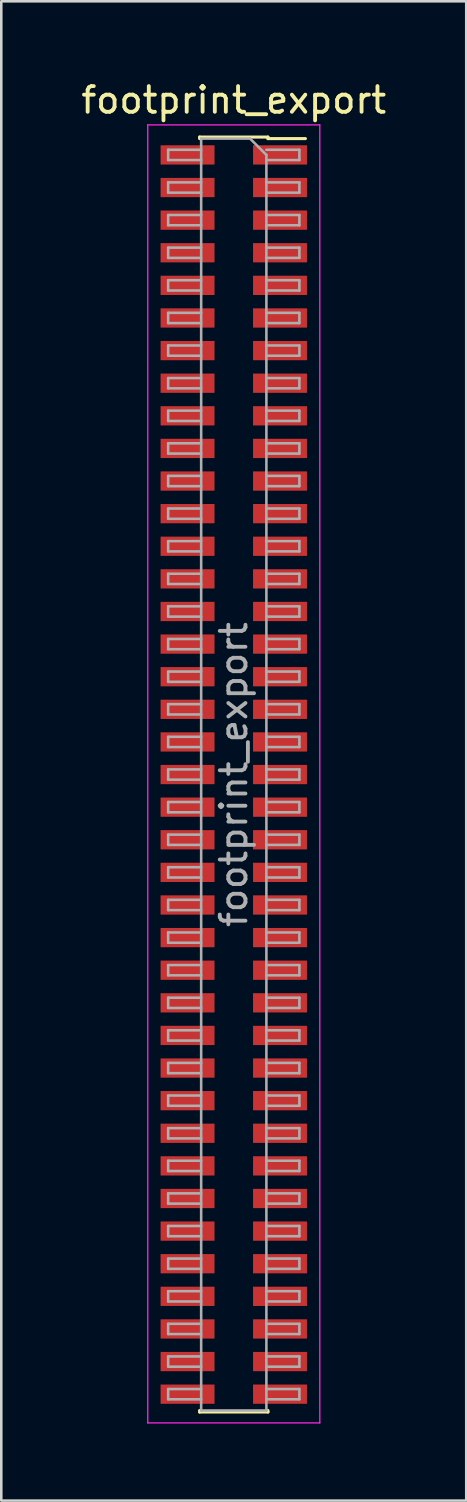
<source format=kicad_pcb>
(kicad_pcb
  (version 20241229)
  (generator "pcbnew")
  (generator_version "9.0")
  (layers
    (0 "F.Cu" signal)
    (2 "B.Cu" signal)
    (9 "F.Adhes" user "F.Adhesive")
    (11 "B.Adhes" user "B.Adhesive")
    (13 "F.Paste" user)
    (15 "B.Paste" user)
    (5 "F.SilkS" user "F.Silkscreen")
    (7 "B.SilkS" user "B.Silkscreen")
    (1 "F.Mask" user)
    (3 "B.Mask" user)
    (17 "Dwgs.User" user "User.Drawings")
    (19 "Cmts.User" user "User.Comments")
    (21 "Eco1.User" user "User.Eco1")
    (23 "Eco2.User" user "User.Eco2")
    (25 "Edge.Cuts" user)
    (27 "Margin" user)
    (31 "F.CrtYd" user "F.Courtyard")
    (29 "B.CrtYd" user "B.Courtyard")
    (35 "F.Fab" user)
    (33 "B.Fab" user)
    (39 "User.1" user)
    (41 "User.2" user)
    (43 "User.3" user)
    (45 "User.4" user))
  (footprint "footprint_export"
    (layer "F.Cu")
    (at 6.054 27.113)
    (property "Reference" "footprint_export" (at 0 -26.265 0) (layer "F.SilkS") (effects (font (size 1 1) (thickness 0.15))))
    (attr smd)
    (fp_line (start -1.33 -24.825) (end -1.33 -24.765) (stroke (width 0.12) (type solid)) (layer "F.SilkS"))
    (fp_line (start -1.33 -24.825) (end 1.33 -24.825) (stroke (width 0.12) (type solid)) (layer "F.SilkS"))
    (fp_line (start -1.33 24.765) (end -1.33 24.825) (stroke (width 0.12) (type solid)) (layer "F.SilkS"))
    (fp_line (start -1.33 24.825) (end 1.33 24.825) (stroke (width 0.12) (type solid)) (layer "F.SilkS"))
    (fp_line (start 1.33 -24.825) (end 1.33 -24.765) (stroke (width 0.12) (type solid)) (layer "F.SilkS"))
    (fp_line (start 1.33 -24.765) (end 2.79 -24.765) (stroke (width 0.12) (type solid)) (layer "F.SilkS"))
    (fp_line (start 1.33 24.765) (end 1.33 24.825) (stroke (width 0.12) (type solid)) (layer "F.SilkS"))
    (fp_line (start -3.35 -25.3) (end 3.35 -25.3) (stroke (width 0.05) (type solid)) (layer "F.CrtYd"))
    (fp_line (start -3.35 25.25) (end -3.35 -25.3) (stroke (width 0.05) (type solid)) (layer "F.CrtYd"))
    (fp_line (start 3.35 -25.3) (end 3.35 25.25) (stroke (width 0.05) (type solid)) (layer "F.CrtYd"))
    (fp_line (start 3.35 25.25) (end -3.35 25.25) (stroke (width 0.05) (type solid)) (layer "F.CrtYd"))
    (fp_line (start -2.555 -24.33) (end -1.27 -24.33) (stroke (width 0.1) (type solid)) (layer "F.Fab"))
    (fp_line (start -2.555 -23.93) (end -2.555 -24.33) (stroke (width 0.1) (type solid)) (layer "F.Fab"))
    (fp_line (start -2.555 -23.06) (end -1.27 -23.06) (stroke (width 0.1) (type solid)) (layer "F.Fab"))
    (fp_line (start -2.555 -22.66) (end -2.555 -23.06) (stroke (width 0.1) (type solid)) (layer "F.Fab"))
    (fp_line (start -2.555 -21.79) (end -1.27 -21.79) (stroke (width 0.1) (type solid)) (layer "F.Fab"))
    (fp_line (start -2.555 -21.39) (end -2.555 -21.79) (stroke (width 0.1) (type solid)) (layer "F.Fab"))
    (fp_line (start -2.555 -20.52) (end -1.27 -20.52) (stroke (width 0.1) (type solid)) (layer "F.Fab"))
    (fp_line (start -2.555 -20.12) (end -2.555 -20.52) (stroke (width 0.1) (type solid)) (layer "F.Fab"))
    (fp_line (start -2.555 -19.25) (end -1.27 -19.25) (stroke (width 0.1) (type solid)) (layer "F.Fab"))
    (fp_line (start -2.555 -18.85) (end -2.555 -19.25) (stroke (width 0.1) (type solid)) (layer "F.Fab"))
    (fp_line (start -2.555 -17.98) (end -1.27 -17.98) (stroke (width 0.1) (type solid)) (layer "F.Fab"))
    (fp_line (start -2.555 -17.58) (end -2.555 -17.98) (stroke (width 0.1) (type solid)) (layer "F.Fab"))
    (fp_line (start -2.555 -16.71) (end -1.27 -16.71) (stroke (width 0.1) (type solid)) (layer "F.Fab"))
    (fp_line (start -2.555 -16.31) (end -2.555 -16.71) (stroke (width 0.1) (type solid)) (layer "F.Fab"))
    (fp_line (start -2.555 -15.44) (end -1.27 -15.44) (stroke (width 0.1) (type solid)) (layer "F.Fab"))
    (fp_line (start -2.555 -15.04) (end -2.555 -15.44) (stroke (width 0.1) (type solid)) (layer "F.Fab"))
    (fp_line (start -2.555 -14.17) (end -1.27 -14.17) (stroke (width 0.1) (type solid)) (layer "F.Fab"))
    (fp_line (start -2.555 -13.77) (end -2.555 -14.17) (stroke (width 0.1) (type solid)) (layer "F.Fab"))
    (fp_line (start -2.555 -12.9) (end -1.27 -12.9) (stroke (width 0.1) (type solid)) (layer "F.Fab"))
    (fp_line (start -2.555 -12.5) (end -2.555 -12.9) (stroke (width 0.1) (type solid)) (layer "F.Fab"))
    (fp_line (start -2.555 -11.63) (end -1.27 -11.63) (stroke (width 0.1) (type solid)) (layer "F.Fab"))
    (fp_line (start -2.555 -11.23) (end -2.555 -11.63) (stroke (width 0.1) (type solid)) (layer "F.Fab"))
    (fp_line (start -2.555 -10.36) (end -1.27 -10.36) (stroke (width 0.1) (type solid)) (layer "F.Fab"))
    (fp_line (start -2.555 -9.96) (end -2.555 -10.36) (stroke (width 0.1) (type solid)) (layer "F.Fab"))
    (fp_line (start -2.555 -9.09) (end -1.27 -9.09) (stroke (width 0.1) (type solid)) (layer "F.Fab"))
    (fp_line (start -2.555 -8.69) (end -2.555 -9.09) (stroke (width 0.1) (type solid)) (layer "F.Fab"))
    (fp_line (start -2.555 -7.82) (end -1.27 -7.82) (stroke (width 0.1) (type solid)) (layer "F.Fab"))
    (fp_line (start -2.555 -7.42) (end -2.555 -7.82) (stroke (width 0.1) (type solid)) (layer "F.Fab"))
    (fp_line (start -2.555 -6.55) (end -1.27 -6.55) (stroke (width 0.1) (type solid)) (layer "F.Fab"))
    (fp_line (start -2.555 -6.15) (end -2.555 -6.55) (stroke (width 0.1) (type solid)) (layer "F.Fab"))
    (fp_line (start -2.555 -5.28) (end -1.27 -5.28) (stroke (width 0.1) (type solid)) (layer "F.Fab"))
    (fp_line (start -2.555 -4.88) (end -2.555 -5.28) (stroke (width 0.1) (type solid)) (layer "F.Fab"))
    (fp_line (start -2.555 -4.01) (end -1.27 -4.01) (stroke (width 0.1) (type solid)) (layer "F.Fab"))
    (fp_line (start -2.555 -3.61) (end -2.555 -4.01) (stroke (width 0.1) (type solid)) (layer "F.Fab"))
    (fp_line (start -2.555 -2.74) (end -1.27 -2.74) (stroke (width 0.1) (type solid)) (layer "F.Fab"))
    (fp_line (start -2.555 -2.34) (end -2.555 -2.74) (stroke (width 0.1) (type solid)) (layer "F.Fab"))
    (fp_line (start -2.555 -1.47) (end -1.27 -1.47) (stroke (width 0.1) (type solid)) (layer "F.Fab"))
    (fp_line (start -2.555 -1.07) (end -2.555 -1.47) (stroke (width 0.1) (type solid)) (layer "F.Fab"))
    (fp_line (start -2.555 -0.2) (end -1.27 -0.2) (stroke (width 0.1) (type solid)) (layer "F.Fab"))
    (fp_line (start -2.555 0.2) (end -2.555 -0.2) (stroke (width 0.1) (type solid)) (layer "F.Fab"))
    (fp_line (start -2.555 1.07) (end -1.27 1.07) (stroke (width 0.1) (type solid)) (layer "F.Fab"))
    (fp_line (start -2.555 1.47) (end -2.555 1.07) (stroke (width 0.1) (type solid)) (layer "F.Fab"))
    (fp_line (start -2.555 2.34) (end -1.27 2.34) (stroke (width 0.1) (type solid)) (layer "F.Fab"))
    (fp_line (start -2.555 2.74) (end -2.555 2.34) (stroke (width 0.1) (type solid)) (layer "F.Fab"))
    (fp_line (start -2.555 3.61) (end -1.27 3.61) (stroke (width 0.1) (type solid)) (layer "F.Fab"))
    (fp_line (start -2.555 4.01) (end -2.555 3.61) (stroke (width 0.1) (type solid)) (layer "F.Fab"))
    (fp_line (start -2.555 4.88) (end -1.27 4.88) (stroke (width 0.1) (type solid)) (layer "F.Fab"))
    (fp_line (start -2.555 5.28) (end -2.555 4.88) (stroke (width 0.1) (type solid)) (layer "F.Fab"))
    (fp_line (start -2.555 6.15) (end -1.27 6.15) (stroke (width 0.1) (type solid)) (layer "F.Fab"))
    (fp_line (start -2.555 6.55) (end -2.555 6.15) (stroke (width 0.1) (type solid)) (layer "F.Fab"))
    (fp_line (start -2.555 7.42) (end -1.27 7.42) (stroke (width 0.1) (type solid)) (layer "F.Fab"))
    (fp_line (start -2.555 7.82) (end -2.555 7.42) (stroke (width 0.1) (type solid)) (layer "F.Fab"))
    (fp_line (start -2.555 8.69) (end -1.27 8.69) (stroke (width 0.1) (type solid)) (layer "F.Fab"))
    (fp_line (start -2.555 9.09) (end -2.555 8.69) (stroke (width 0.1) (type solid)) (layer "F.Fab"))
    (fp_line (start -2.555 9.96) (end -1.27 9.96) (stroke (width 0.1) (type solid)) (layer "F.Fab"))
    (fp_line (start -2.555 10.36) (end -2.555 9.96) (stroke (width 0.1) (type solid)) (layer "F.Fab"))
    (fp_line (start -2.555 11.23) (end -1.27 11.23) (stroke (width 0.1) (type solid)) (layer "F.Fab"))
    (fp_line (start -2.555 11.63) (end -2.555 11.23) (stroke (width 0.1) (type solid)) (layer "F.Fab"))
    (fp_line (start -2.555 12.5) (end -1.27 12.5) (stroke (width 0.1) (type solid)) (layer "F.Fab"))
    (fp_line (start -2.555 12.9) (end -2.555 12.5) (stroke (width 0.1) (type solid)) (layer "F.Fab"))
    (fp_line (start -2.555 13.77) (end -1.27 13.77) (stroke (width 0.1) (type solid)) (layer "F.Fab"))
    (fp_line (start -2.555 14.17) (end -2.555 13.77) (stroke (width 0.1) (type solid)) (layer "F.Fab"))
    (fp_line (start -2.555 15.04) (end -1.27 15.04) (stroke (width 0.1) (type solid)) (layer "F.Fab"))
    (fp_line (start -2.555 15.44) (end -2.555 15.04) (stroke (width 0.1) (type solid)) (layer "F.Fab"))
    (fp_line (start -2.555 16.31) (end -1.27 16.31) (stroke (width 0.1) (type solid)) (layer "F.Fab"))
    (fp_line (start -2.555 16.71) (end -2.555 16.31) (stroke (width 0.1) (type solid)) (layer "F.Fab"))
    (fp_line (start -2.555 17.58) (end -1.27 17.58) (stroke (width 0.1) (type solid)) (layer "F.Fab"))
    (fp_line (start -2.555 17.98) (end -2.555 17.58) (stroke (width 0.1) (type solid)) (layer "F.Fab"))
    (fp_line (start -2.555 18.85) (end -1.27 18.85) (stroke (width 0.1) (type solid)) (layer "F.Fab"))
    (fp_line (start -2.555 19.25) (end -2.555 18.85) (stroke (width 0.1) (type solid)) (layer "F.Fab"))
    (fp_line (start -2.555 20.12) (end -1.27 20.12) (stroke (width 0.1) (type solid)) (layer "F.Fab"))
    (fp_line (start -2.555 20.52) (end -2.555 20.12) (stroke (width 0.1) (type solid)) (layer "F.Fab"))
    (fp_line (start -2.555 21.39) (end -1.27 21.39) (stroke (width 0.1) (type solid)) (layer "F.Fab"))
    (fp_line (start -2.555 21.79) (end -2.555 21.39) (stroke (width 0.1) (type solid)) (layer "F.Fab"))
    (fp_line (start -2.555 22.66) (end -1.27 22.66) (stroke (width 0.1) (type solid)) (layer "F.Fab"))
    (fp_line (start -2.555 23.06) (end -2.555 22.66) (stroke (width 0.1) (type solid)) (layer "F.Fab"))
    (fp_line (start -2.555 23.93) (end -1.27 23.93) (stroke (width 0.1) (type solid)) (layer "F.Fab"))
    (fp_line (start -2.555 24.33) (end -2.555 23.93) (stroke (width 0.1) (type solid)) (layer "F.Fab"))
    (fp_line (start -1.27 -24.765) (end 0.635 -24.765) (stroke (width 0.1) (type solid)) (layer "F.Fab"))
    (fp_line (start -1.27 -23.93) (end -2.555 -23.93) (stroke (width 0.1) (type solid)) (layer "F.Fab"))
    (fp_line (start -1.27 -22.66) (end -2.555 -22.66) (stroke (width 0.1) (type solid)) (layer "F.Fab"))
    (fp_line (start -1.27 -21.39) (end -2.555 -21.39) (stroke (width 0.1) (type solid)) (layer "F.Fab"))
    (fp_line (start -1.27 -20.12) (end -2.555 -20.12) (stroke (width 0.1) (type solid)) (layer "F.Fab"))
    (fp_line (start -1.27 -18.85) (end -2.555 -18.85) (stroke (width 0.1) (type solid)) (layer "F.Fab"))
    (fp_line (start -1.27 -17.58) (end -2.555 -17.58) (stroke (width 0.1) (type solid)) (layer "F.Fab"))
    (fp_line (start -1.27 -16.31) (end -2.555 -16.31) (stroke (width 0.1) (type solid)) (layer "F.Fab"))
    (fp_line (start -1.27 -15.04) (end -2.555 -15.04) (stroke (width 0.1) (type solid)) (layer "F.Fab"))
    (fp_line (start -1.27 -13.77) (end -2.555 -13.77) (stroke (width 0.1) (type solid)) (layer "F.Fab"))
    (fp_line (start -1.27 -12.5) (end -2.555 -12.5) (stroke (width 0.1) (type solid)) (layer "F.Fab"))
    (fp_line (start -1.27 -11.23) (end -2.555 -11.23) (stroke (width 0.1) (type solid)) (layer "F.Fab"))
    (fp_line (start -1.27 -9.96) (end -2.555 -9.96) (stroke (width 0.1) (type solid)) (layer "F.Fab"))
    (fp_line (start -1.27 -8.69) (end -2.555 -8.69) (stroke (width 0.1) (type solid)) (layer "F.Fab"))
    (fp_line (start -1.27 -7.42) (end -2.555 -7.42) (stroke (width 0.1) (type solid)) (layer "F.Fab"))
    (fp_line (start -1.27 -6.15) (end -2.555 -6.15) (stroke (width 0.1) (type solid)) (layer "F.Fab"))
    (fp_line (start -1.27 -4.88) (end -2.555 -4.88) (stroke (width 0.1) (type solid)) (layer "F.Fab"))
    (fp_line (start -1.27 -3.61) (end -2.555 -3.61) (stroke (width 0.1) (type solid)) (layer "F.Fab"))
    (fp_line (start -1.27 -2.34) (end -2.555 -2.34) (stroke (width 0.1) (type solid)) (layer "F.Fab"))
    (fp_line (start -1.27 -1.07) (end -2.555 -1.07) (stroke (width 0.1) (type solid)) (layer "F.Fab"))
    (fp_line (start -1.27 0.2) (end -2.555 0.2) (stroke (width 0.1) (type solid)) (layer "F.Fab"))
    (fp_line (start -1.27 1.47) (end -2.555 1.47) (stroke (width 0.1) (type solid)) (layer "F.Fab"))
    (fp_line (start -1.27 2.74) (end -2.555 2.74) (stroke (width 0.1) (type solid)) (layer "F.Fab"))
    (fp_line (start -1.27 4.01) (end -2.555 4.01) (stroke (width 0.1) (type solid)) (layer "F.Fab"))
    (fp_line (start -1.27 5.28) (end -2.555 5.28) (stroke (width 0.1) (type solid)) (layer "F.Fab"))
    (fp_line (start -1.27 6.55) (end -2.555 6.55) (stroke (width 0.1) (type solid)) (layer "F.Fab"))
    (fp_line (start -1.27 7.82) (end -2.555 7.82) (stroke (width 0.1) (type solid)) (layer "F.Fab"))
    (fp_line (start -1.27 9.09) (end -2.555 9.09) (stroke (width 0.1) (type solid)) (layer "F.Fab"))
    (fp_line (start -1.27 10.36) (end -2.555 10.36) (stroke (width 0.1) (type solid)) (layer "F.Fab"))
    (fp_line (start -1.27 11.63) (end -2.555 11.63) (stroke (width 0.1) (type solid)) (layer "F.Fab"))
    (fp_line (start -1.27 12.9) (end -2.555 12.9) (stroke (width 0.1) (type solid)) (layer "F.Fab"))
    (fp_line (start -1.27 14.17) (end -2.555 14.17) (stroke (width 0.1) (type solid)) (layer "F.Fab"))
    (fp_line (start -1.27 15.44) (end -2.555 15.44) (stroke (width 0.1) (type solid)) (layer "F.Fab"))
    (fp_line (start -1.27 16.71) (end -2.555 16.71) (stroke (width 0.1) (type solid)) (layer "F.Fab"))
    (fp_line (start -1.27 17.98) (end -2.555 17.98) (stroke (width 0.1) (type solid)) (layer "F.Fab"))
    (fp_line (start -1.27 19.25) (end -2.555 19.25) (stroke (width 0.1) (type solid)) (layer "F.Fab"))
    (fp_line (start -1.27 20.52) (end -2.555 20.52) (stroke (width 0.1) (type solid)) (layer "F.Fab"))
    (fp_line (start -1.27 21.79) (end -2.555 21.79) (stroke (width 0.1) (type solid)) (layer "F.Fab"))
    (fp_line (start -1.27 23.06) (end -2.555 23.06) (stroke (width 0.1) (type solid)) (layer "F.Fab"))
    (fp_line (start -1.27 24.33) (end -2.555 24.33) (stroke (width 0.1) (type solid)) (layer "F.Fab"))
    (fp_line (start -1.27 24.765) (end -1.27 -24.765) (stroke (width 0.1) (type solid)) (layer "F.Fab"))
    (fp_line (start 0.635 -24.765) (end 1.27 -24.13) (stroke (width 0.1) (type solid)) (layer "F.Fab"))
    (fp_line (start 1.27 -24.33) (end 2.555 -24.33) (stroke (width 0.1) (type solid)) (layer "F.Fab"))
    (fp_line (start 1.27 -24.13) (end 1.27 24.765) (stroke (width 0.1) (type solid)) (layer "F.Fab"))
    (fp_line (start 1.27 -23.06) (end 2.555 -23.06) (stroke (width 0.1) (type solid)) (layer "F.Fab"))
    (fp_line (start 1.27 -21.79) (end 2.555 -21.79) (stroke (width 0.1) (type solid)) (layer "F.Fab"))
    (fp_line (start 1.27 -20.52) (end 2.555 -20.52) (stroke (width 0.1) (type solid)) (layer "F.Fab"))
    (fp_line (start 1.27 -19.25) (end 2.555 -19.25) (stroke (width 0.1) (type solid)) (layer "F.Fab"))
    (fp_line (start 1.27 -17.98) (end 2.555 -17.98) (stroke (width 0.1) (type solid)) (layer "F.Fab"))
    (fp_line (start 1.27 -16.71) (end 2.555 -16.71) (stroke (width 0.1) (type solid)) (layer "F.Fab"))
    (fp_line (start 1.27 -15.44) (end 2.555 -15.44) (stroke (width 0.1) (type solid)) (layer "F.Fab"))
    (fp_line (start 1.27 -14.17) (end 2.555 -14.17) (stroke (width 0.1) (type solid)) (layer "F.Fab"))
    (fp_line (start 1.27 -12.9) (end 2.555 -12.9) (stroke (width 0.1) (type solid)) (layer "F.Fab"))
    (fp_line (start 1.27 -11.63) (end 2.555 -11.63) (stroke (width 0.1) (type solid)) (layer "F.Fab"))
    (fp_line (start 1.27 -10.36) (end 2.555 -10.36) (stroke (width 0.1) (type solid)) (layer "F.Fab"))
    (fp_line (start 1.27 -9.09) (end 2.555 -9.09) (stroke (width 0.1) (type solid)) (layer "F.Fab"))
    (fp_line (start 1.27 -7.82) (end 2.555 -7.82) (stroke (width 0.1) (type solid)) (layer "F.Fab"))
    (fp_line (start 1.27 -6.55) (end 2.555 -6.55) (stroke (width 0.1) (type solid)) (layer "F.Fab"))
    (fp_line (start 1.27 -5.28) (end 2.555 -5.28) (stroke (width 0.1) (type solid)) (layer "F.Fab"))
    (fp_line (start 1.27 -4.01) (end 2.555 -4.01) (stroke (width 0.1) (type solid)) (layer "F.Fab"))
    (fp_line (start 1.27 -2.74) (end 2.555 -2.74) (stroke (width 0.1) (type solid)) (layer "F.Fab"))
    (fp_line (start 1.27 -1.47) (end 2.555 -1.47) (stroke (width 0.1) (type solid)) (layer "F.Fab"))
    (fp_line (start 1.27 -0.2) (end 2.555 -0.2) (stroke (width 0.1) (type solid)) (layer "F.Fab"))
    (fp_line (start 1.27 1.07) (end 2.555 1.07) (stroke (width 0.1) (type solid)) (layer "F.Fab"))
    (fp_line (start 1.27 2.34) (end 2.555 2.34) (stroke (width 0.1) (type solid)) (layer "F.Fab"))
    (fp_line (start 1.27 3.61) (end 2.555 3.61) (stroke (width 0.1) (type solid)) (layer "F.Fab"))
    (fp_line (start 1.27 4.88) (end 2.555 4.88) (stroke (width 0.1) (type solid)) (layer "F.Fab"))
    (fp_line (start 1.27 6.15) (end 2.555 6.15) (stroke (width 0.1) (type solid)) (layer "F.Fab"))
    (fp_line (start 1.27 7.42) (end 2.555 7.42) (stroke (width 0.1) (type solid)) (layer "F.Fab"))
    (fp_line (start 1.27 8.69) (end 2.555 8.69) (stroke (width 0.1) (type solid)) (layer "F.Fab"))
    (fp_line (start 1.27 9.96) (end 2.555 9.96) (stroke (width 0.1) (type solid)) (layer "F.Fab"))
    (fp_line (start 1.27 11.23) (end 2.555 11.23) (stroke (width 0.1) (type solid)) (layer "F.Fab"))
    (fp_line (start 1.27 12.5) (end 2.555 12.5) (stroke (width 0.1) (type solid)) (layer "F.Fab"))
    (fp_line (start 1.27 13.77) (end 2.555 13.77) (stroke (width 0.1) (type solid)) (layer "F.Fab"))
    (fp_line (start 1.27 15.04) (end 2.555 15.04) (stroke (width 0.1) (type solid)) (layer "F.Fab"))
    (fp_line (start 1.27 16.31) (end 2.555 16.31) (stroke (width 0.1) (type solid)) (layer "F.Fab"))
    (fp_line (start 1.27 17.58) (end 2.555 17.58) (stroke (width 0.1) (type solid)) (layer "F.Fab"))
    (fp_line (start 1.27 18.85) (end 2.555 18.85) (stroke (width 0.1) (type solid)) (layer "F.Fab"))
    (fp_line (start 1.27 20.12) (end 2.555 20.12) (stroke (width 0.1) (type solid)) (layer "F.Fab"))
    (fp_line (start 1.27 21.39) (end 2.555 21.39) (stroke (width 0.1) (type solid)) (layer "F.Fab"))
    (fp_line (start 1.27 22.66) (end 2.555 22.66) (stroke (width 0.1) (type solid)) (layer "F.Fab"))
    (fp_line (start 1.27 23.93) (end 2.555 23.93) (stroke (width 0.1) (type solid)) (layer "F.Fab"))
    (fp_line (start 1.27 24.765) (end -1.27 24.765) (stroke (width 0.1) (type solid)) (layer "F.Fab"))
    (fp_line (start 2.555 -24.33) (end 2.555 -23.93) (stroke (width 0.1) (type solid)) (layer "F.Fab"))
    (fp_line (start 2.555 -23.93) (end 1.27 -23.93) (stroke (width 0.1) (type solid)) (layer "F.Fab"))
    (fp_line (start 2.555 -23.06) (end 2.555 -22.66) (stroke (width 0.1) (type solid)) (layer "F.Fab"))
    (fp_line (start 2.555 -22.66) (end 1.27 -22.66) (stroke (width 0.1) (type solid)) (layer "F.Fab"))
    (fp_line (start 2.555 -21.79) (end 2.555 -21.39) (stroke (width 0.1) (type solid)) (layer "F.Fab"))
    (fp_line (start 2.555 -21.39) (end 1.27 -21.39) (stroke (width 0.1) (type solid)) (layer "F.Fab"))
    (fp_line (start 2.555 -20.52) (end 2.555 -20.12) (stroke (width 0.1) (type solid)) (layer "F.Fab"))
    (fp_line (start 2.555 -20.12) (end 1.27 -20.12) (stroke (width 0.1) (type solid)) (layer "F.Fab"))
    (fp_line (start 2.555 -19.25) (end 2.555 -18.85) (stroke (width 0.1) (type solid)) (layer "F.Fab"))
    (fp_line (start 2.555 -18.85) (end 1.27 -18.85) (stroke (width 0.1) (type solid)) (layer "F.Fab"))
    (fp_line (start 2.555 -17.98) (end 2.555 -17.58) (stroke (width 0.1) (type solid)) (layer "F.Fab"))
    (fp_line (start 2.555 -17.58) (end 1.27 -17.58) (stroke (width 0.1) (type solid)) (layer "F.Fab"))
    (fp_line (start 2.555 -16.71) (end 2.555 -16.31) (stroke (width 0.1) (type solid)) (layer "F.Fab"))
    (fp_line (start 2.555 -16.31) (end 1.27 -16.31) (stroke (width 0.1) (type solid)) (layer "F.Fab"))
    (fp_line (start 2.555 -15.44) (end 2.555 -15.04) (stroke (width 0.1) (type solid)) (layer "F.Fab"))
    (fp_line (start 2.555 -15.04) (end 1.27 -15.04) (stroke (width 0.1) (type solid)) (layer "F.Fab"))
    (fp_line (start 2.555 -14.17) (end 2.555 -13.77) (stroke (width 0.1) (type solid)) (layer "F.Fab"))
    (fp_line (start 2.555 -13.77) (end 1.27 -13.77) (stroke (width 0.1) (type solid)) (layer "F.Fab"))
    (fp_line (start 2.555 -12.9) (end 2.555 -12.5) (stroke (width 0.1) (type solid)) (layer "F.Fab"))
    (fp_line (start 2.555 -12.5) (end 1.27 -12.5) (stroke (width 0.1) (type solid)) (layer "F.Fab"))
    (fp_line (start 2.555 -11.63) (end 2.555 -11.23) (stroke (width 0.1) (type solid)) (layer "F.Fab"))
    (fp_line (start 2.555 -11.23) (end 1.27 -11.23) (stroke (width 0.1) (type solid)) (layer "F.Fab"))
    (fp_line (start 2.555 -10.36) (end 2.555 -9.96) (stroke (width 0.1) (type solid)) (layer "F.Fab"))
    (fp_line (start 2.555 -9.96) (end 1.27 -9.96) (stroke (width 0.1) (type solid)) (layer "F.Fab"))
    (fp_line (start 2.555 -9.09) (end 2.555 -8.69) (stroke (width 0.1) (type solid)) (layer "F.Fab"))
    (fp_line (start 2.555 -8.69) (end 1.27 -8.69) (stroke (width 0.1) (type solid)) (layer "F.Fab"))
    (fp_line (start 2.555 -7.82) (end 2.555 -7.42) (stroke (width 0.1) (type solid)) (layer "F.Fab"))
    (fp_line (start 2.555 -7.42) (end 1.27 -7.42) (stroke (width 0.1) (type solid)) (layer "F.Fab"))
    (fp_line (start 2.555 -6.55) (end 2.555 -6.15) (stroke (width 0.1) (type solid)) (layer "F.Fab"))
    (fp_line (start 2.555 -6.15) (end 1.27 -6.15) (stroke (width 0.1) (type solid)) (layer "F.Fab"))
    (fp_line (start 2.555 -5.28) (end 2.555 -4.88) (stroke (width 0.1) (type solid)) (layer "F.Fab"))
    (fp_line (start 2.555 -4.88) (end 1.27 -4.88) (stroke (width 0.1) (type solid)) (layer "F.Fab"))
    (fp_line (start 2.555 -4.01) (end 2.555 -3.61) (stroke (width 0.1) (type solid)) (layer "F.Fab"))
    (fp_line (start 2.555 -3.61) (end 1.27 -3.61) (stroke (width 0.1) (type solid)) (layer "F.Fab"))
    (fp_line (start 2.555 -2.74) (end 2.555 -2.34) (stroke (width 0.1) (type solid)) (layer "F.Fab"))
    (fp_line (start 2.555 -2.34) (end 1.27 -2.34) (stroke (width 0.1) (type solid)) (layer "F.Fab"))
    (fp_line (start 2.555 -1.47) (end 2.555 -1.07) (stroke (width 0.1) (type solid)) (layer "F.Fab"))
    (fp_line (start 2.555 -1.07) (end 1.27 -1.07) (stroke (width 0.1) (type solid)) (layer "F.Fab"))
    (fp_line (start 2.555 -0.2) (end 2.555 0.2) (stroke (width 0.1) (type solid)) (layer "F.Fab"))
    (fp_line (start 2.555 0.2) (end 1.27 0.2) (stroke (width 0.1) (type solid)) (layer "F.Fab"))
    (fp_line (start 2.555 1.07) (end 2.555 1.47) (stroke (width 0.1) (type solid)) (layer "F.Fab"))
    (fp_line (start 2.555 1.47) (end 1.27 1.47) (stroke (width 0.1) (type solid)) (layer "F.Fab"))
    (fp_line (start 2.555 2.34) (end 2.555 2.74) (stroke (width 0.1) (type solid)) (layer "F.Fab"))
    (fp_line (start 2.555 2.74) (end 1.27 2.74) (stroke (width 0.1) (type solid)) (layer "F.Fab"))
    (fp_line (start 2.555 3.61) (end 2.555 4.01) (stroke (width 0.1) (type solid)) (layer "F.Fab"))
    (fp_line (start 2.555 4.01) (end 1.27 4.01) (stroke (width 0.1) (type solid)) (layer "F.Fab"))
    (fp_line (start 2.555 4.88) (end 2.555 5.28) (stroke (width 0.1) (type solid)) (layer "F.Fab"))
    (fp_line (start 2.555 5.28) (end 1.27 5.28) (stroke (width 0.1) (type solid)) (layer "F.Fab"))
    (fp_line (start 2.555 6.15) (end 2.555 6.55) (stroke (width 0.1) (type solid)) (layer "F.Fab"))
    (fp_line (start 2.555 6.55) (end 1.27 6.55) (stroke (width 0.1) (type solid)) (layer "F.Fab"))
    (fp_line (start 2.555 7.42) (end 2.555 7.82) (stroke (width 0.1) (type solid)) (layer "F.Fab"))
    (fp_line (start 2.555 7.82) (end 1.27 7.82) (stroke (width 0.1) (type solid)) (layer "F.Fab"))
    (fp_line (start 2.555 8.69) (end 2.555 9.09) (stroke (width 0.1) (type solid)) (layer "F.Fab"))
    (fp_line (start 2.555 9.09) (end 1.27 9.09) (stroke (width 0.1) (type solid)) (layer "F.Fab"))
    (fp_line (start 2.555 9.96) (end 2.555 10.36) (stroke (width 0.1) (type solid)) (layer "F.Fab"))
    (fp_line (start 2.555 10.36) (end 1.27 10.36) (stroke (width 0.1) (type solid)) (layer "F.Fab"))
    (fp_line (start 2.555 11.23) (end 2.555 11.63) (stroke (width 0.1) (type solid)) (layer "F.Fab"))
    (fp_line (start 2.555 11.63) (end 1.27 11.63) (stroke (width 0.1) (type solid)) (layer "F.Fab"))
    (fp_line (start 2.555 12.5) (end 2.555 12.9) (stroke (width 0.1) (type solid)) (layer "F.Fab"))
    (fp_line (start 2.555 12.9) (end 1.27 12.9) (stroke (width 0.1) (type solid)) (layer "F.Fab"))
    (fp_line (start 2.555 13.77) (end 2.555 14.17) (stroke (width 0.1) (type solid)) (layer "F.Fab"))
    (fp_line (start 2.555 14.17) (end 1.27 14.17) (stroke (width 0.1) (type solid)) (layer "F.Fab"))
    (fp_line (start 2.555 15.04) (end 2.555 15.44) (stroke (width 0.1) (type solid)) (layer "F.Fab"))
    (fp_line (start 2.555 15.44) (end 1.27 15.44) (stroke (width 0.1) (type solid)) (layer "F.Fab"))
    (fp_line (start 2.555 16.31) (end 2.555 16.71) (stroke (width 0.1) (type solid)) (layer "F.Fab"))
    (fp_line (start 2.555 16.71) (end 1.27 16.71) (stroke (width 0.1) (type solid)) (layer "F.Fab"))
    (fp_line (start 2.555 17.58) (end 2.555 17.98) (stroke (width 0.1) (type solid)) (layer "F.Fab"))
    (fp_line (start 2.555 17.98) (end 1.27 17.98) (stroke (width 0.1) (type solid)) (layer "F.Fab"))
    (fp_line (start 2.555 18.85) (end 2.555 19.25) (stroke (width 0.1) (type solid)) (layer "F.Fab"))
    (fp_line (start 2.555 19.25) (end 1.27 19.25) (stroke (width 0.1) (type solid)) (layer "F.Fab"))
    (fp_line (start 2.555 20.12) (end 2.555 20.52) (stroke (width 0.1) (type solid)) (layer "F.Fab"))
    (fp_line (start 2.555 20.52) (end 1.27 20.52) (stroke (width 0.1) (type solid)) (layer "F.Fab"))
    (fp_line (start 2.555 21.39) (end 2.555 21.79) (stroke (width 0.1) (type solid)) (layer "F.Fab"))
    (fp_line (start 2.555 21.79) (end 1.27 21.79) (stroke (width 0.1) (type solid)) (layer "F.Fab"))
    (fp_line (start 2.555 22.66) (end 2.555 23.06) (stroke (width 0.1) (type solid)) (layer "F.Fab"))
    (fp_line (start 2.555 23.06) (end 1.27 23.06) (stroke (width 0.1) (type solid)) (layer "F.Fab"))
    (fp_line (start 2.555 23.93) (end 2.555 24.33) (stroke (width 0.1) (type solid)) (layer "F.Fab"))
    (fp_line (start 2.555 24.33) (end 1.27 24.33) (stroke (width 0.1) (type solid)) (layer "F.Fab"))
    (fp_text user "${REFERENCE}" (at 0 0 90) (layer "F.Fab") (effects (font (size 1 1) (thickness 0.15))))
    (pad "1" smd rect (at 1.8 -24.13) (size 2.1 0.75) (layers "F.Cu" "F.Mask" "F.Paste"))
    (pad "2" smd rect (at -1.8 -24.13) (size 2.1 0.75) (layers "F.Cu" "F.Mask" "F.Paste"))
    (pad "3" smd rect (at 1.8 -22.86) (size 2.1 0.75) (layers "F.Cu" "F.Mask" "F.Paste"))
    (pad "4" smd rect (at -1.8 -22.86) (size 2.1 0.75) (layers "F.Cu" "F.Mask" "F.Paste"))
    (pad "5" smd rect (at 1.8 -21.59) (size 2.1 0.75) (layers "F.Cu" "F.Mask" "F.Paste"))
    (pad "6" smd rect (at -1.8 -21.59) (size 2.1 0.75) (layers "F.Cu" "F.Mask" "F.Paste"))
    (pad "7" smd rect (at 1.8 -20.32) (size 2.1 0.75) (layers "F.Cu" "F.Mask" "F.Paste"))
    (pad "8" smd rect (at -1.8 -20.32) (size 2.1 0.75) (layers "F.Cu" "F.Mask" "F.Paste"))
    (pad "9" smd rect (at 1.8 -19.05) (size 2.1 0.75) (layers "F.Cu" "F.Mask" "F.Paste"))
    (pad "10" smd rect (at -1.8 -19.05) (size 2.1 0.75) (layers "F.Cu" "F.Mask" "F.Paste"))
    (pad "11" smd rect (at 1.8 -17.78) (size 2.1 0.75) (layers "F.Cu" "F.Mask" "F.Paste"))
    (pad "12" smd rect (at -1.8 -17.78) (size 2.1 0.75) (layers "F.Cu" "F.Mask" "F.Paste"))
    (pad "13" smd rect (at 1.8 -16.51) (size 2.1 0.75) (layers "F.Cu" "F.Mask" "F.Paste"))
    (pad "14" smd rect (at -1.8 -16.51) (size 2.1 0.75) (layers "F.Cu" "F.Mask" "F.Paste"))
    (pad "15" smd rect (at 1.8 -15.24) (size 2.1 0.75) (layers "F.Cu" "F.Mask" "F.Paste"))
    (pad "16" smd rect (at -1.8 -15.24) (size 2.1 0.75) (layers "F.Cu" "F.Mask" "F.Paste"))
    (pad "17" smd rect (at 1.8 -13.97) (size 2.1 0.75) (layers "F.Cu" "F.Mask" "F.Paste"))
    (pad "18" smd rect (at -1.8 -13.97) (size 2.1 0.75) (layers "F.Cu" "F.Mask" "F.Paste"))
    (pad "19" smd rect (at 1.8 -12.7) (size 2.1 0.75) (layers "F.Cu" "F.Mask" "F.Paste"))
    (pad "20" smd rect (at -1.8 -12.7) (size 2.1 0.75) (layers "F.Cu" "F.Mask" "F.Paste"))
    (pad "21" smd rect (at 1.8 -11.43) (size 2.1 0.75) (layers "F.Cu" "F.Mask" "F.Paste"))
    (pad "22" smd rect (at -1.8 -11.43) (size 2.1 0.75) (layers "F.Cu" "F.Mask" "F.Paste"))
    (pad "23" smd rect (at 1.8 -10.16) (size 2.1 0.75) (layers "F.Cu" "F.Mask" "F.Paste"))
    (pad "24" smd rect (at -1.8 -10.16) (size 2.1 0.75) (layers "F.Cu" "F.Mask" "F.Paste"))
    (pad "25" smd rect (at 1.8 -8.89) (size 2.1 0.75) (layers "F.Cu" "F.Mask" "F.Paste"))
    (pad "26" smd rect (at -1.8 -8.89) (size 2.1 0.75) (layers "F.Cu" "F.Mask" "F.Paste"))
    (pad "27" smd rect (at 1.8 -7.62) (size 2.1 0.75) (layers "F.Cu" "F.Mask" "F.Paste"))
    (pad "28" smd rect (at -1.8 -7.62) (size 2.1 0.75) (layers "F.Cu" "F.Mask" "F.Paste"))
    (pad "29" smd rect (at 1.8 -6.35) (size 2.1 0.75) (layers "F.Cu" "F.Mask" "F.Paste"))
    (pad "30" smd rect (at -1.8 -6.35) (size 2.1 0.75) (layers "F.Cu" "F.Mask" "F.Paste"))
    (pad "31" smd rect (at 1.8 -5.08) (size 2.1 0.75) (layers "F.Cu" "F.Mask" "F.Paste"))
    (pad "32" smd rect (at -1.8 -5.08) (size 2.1 0.75) (layers "F.Cu" "F.Mask" "F.Paste"))
    (pad "33" smd rect (at 1.8 -3.81) (size 2.1 0.75) (layers "F.Cu" "F.Mask" "F.Paste"))
    (pad "34" smd rect (at -1.8 -3.81) (size 2.1 0.75) (layers "F.Cu" "F.Mask" "F.Paste"))
    (pad "35" smd rect (at 1.8 -2.54) (size 2.1 0.75) (layers "F.Cu" "F.Mask" "F.Paste"))
    (pad "36" smd rect (at -1.8 -2.54) (size 2.1 0.75) (layers "F.Cu" "F.Mask" "F.Paste"))
    (pad "37" smd rect (at 1.8 -1.27) (size 2.1 0.75) (layers "F.Cu" "F.Mask" "F.Paste"))
    (pad "38" smd rect (at -1.8 -1.27) (size 2.1 0.75) (layers "F.Cu" "F.Mask" "F.Paste"))
    (pad "39" smd rect (at 1.8 0) (size 2.1 0.75) (layers "F.Cu" "F.Mask" "F.Paste"))
    (pad "40" smd rect (at -1.8 0) (size 2.1 0.75) (layers "F.Cu" "F.Mask" "F.Paste"))
    (pad "41" smd rect (at 1.8 1.27) (size 2.1 0.75) (layers "F.Cu" "F.Mask" "F.Paste"))
    (pad "42" smd rect (at -1.8 1.27) (size 2.1 0.75) (layers "F.Cu" "F.Mask" "F.Paste"))
    (pad "43" smd rect (at 1.8 2.54) (size 2.1 0.75) (layers "F.Cu" "F.Mask" "F.Paste"))
    (pad "44" smd rect (at -1.8 2.54) (size 2.1 0.75) (layers "F.Cu" "F.Mask" "F.Paste"))
    (pad "45" smd rect (at 1.8 3.81) (size 2.1 0.75) (layers "F.Cu" "F.Mask" "F.Paste"))
    (pad "46" smd rect (at -1.8 3.81) (size 2.1 0.75) (layers "F.Cu" "F.Mask" "F.Paste"))
    (pad "47" smd rect (at 1.8 5.08) (size 2.1 0.75) (layers "F.Cu" "F.Mask" "F.Paste"))
    (pad "48" smd rect (at -1.8 5.08) (size 2.1 0.75) (layers "F.Cu" "F.Mask" "F.Paste"))
    (pad "49" smd rect (at 1.8 6.35) (size 2.1 0.75) (layers "F.Cu" "F.Mask" "F.Paste"))
    (pad "50" smd rect (at -1.8 6.35) (size 2.1 0.75) (layers "F.Cu" "F.Mask" "F.Paste"))
    (pad "51" smd rect (at 1.8 7.62) (size 2.1 0.75) (layers "F.Cu" "F.Mask" "F.Paste"))
    (pad "52" smd rect (at -1.8 7.62) (size 2.1 0.75) (layers "F.Cu" "F.Mask" "F.Paste"))
    (pad "53" smd rect (at 1.8 8.89) (size 2.1 0.75) (layers "F.Cu" "F.Mask" "F.Paste"))
    (pad "54" smd rect (at -1.8 8.89) (size 2.1 0.75) (layers "F.Cu" "F.Mask" "F.Paste"))
    (pad "55" smd rect (at 1.8 10.16) (size 2.1 0.75) (layers "F.Cu" "F.Mask" "F.Paste"))
    (pad "56" smd rect (at -1.8 10.16) (size 2.1 0.75) (layers "F.Cu" "F.Mask" "F.Paste"))
    (pad "57" smd rect (at 1.8 11.43) (size 2.1 0.75) (layers "F.Cu" "F.Mask" "F.Paste"))
    (pad "58" smd rect (at -1.8 11.43) (size 2.1 0.75) (layers "F.Cu" "F.Mask" "F.Paste"))
    (pad "59" smd rect (at 1.8 12.7) (size 2.1 0.75) (layers "F.Cu" "F.Mask" "F.Paste"))
    (pad "60" smd rect (at -1.8 12.7) (size 2.1 0.75) (layers "F.Cu" "F.Mask" "F.Paste"))
    (pad "61" smd rect (at 1.8 13.97) (size 2.1 0.75) (layers "F.Cu" "F.Mask" "F.Paste"))
    (pad "62" smd rect (at -1.8 13.97) (size 2.1 0.75) (layers "F.Cu" "F.Mask" "F.Paste"))
    (pad "63" smd rect (at 1.8 15.24) (size 2.1 0.75) (layers "F.Cu" "F.Mask" "F.Paste"))
    (pad "64" smd rect (at -1.8 15.24) (size 2.1 0.75) (layers "F.Cu" "F.Mask" "F.Paste"))
    (pad "65" smd rect (at 1.8 16.51) (size 2.1 0.75) (layers "F.Cu" "F.Mask" "F.Paste"))
    (pad "66" smd rect (at -1.8 16.51) (size 2.1 0.75) (layers "F.Cu" "F.Mask" "F.Paste"))
    (pad "67" smd rect (at 1.8 17.78) (size 2.1 0.75) (layers "F.Cu" "F.Mask" "F.Paste"))
    (pad "68" smd rect (at -1.8 17.78) (size 2.1 0.75) (layers "F.Cu" "F.Mask" "F.Paste"))
    (pad "69" smd rect (at 1.8 19.05) (size 2.1 0.75) (layers "F.Cu" "F.Mask" "F.Paste"))
    (pad "70" smd rect (at -1.8 19.05) (size 2.1 0.75) (layers "F.Cu" "F.Mask" "F.Paste"))
    (pad "71" smd rect (at 1.8 20.32) (size 2.1 0.75) (layers "F.Cu" "F.Mask" "F.Paste"))
    (pad "72" smd rect (at -1.8 20.32) (size 2.1 0.75) (layers "F.Cu" "F.Mask" "F.Paste"))
    (pad "73" smd rect (at 1.8 21.59) (size 2.1 0.75) (layers "F.Cu" "F.Mask" "F.Paste"))
    (pad "74" smd rect (at -1.8 21.59) (size 2.1 0.75) (layers "F.Cu" "F.Mask" "F.Paste"))
    (pad "75" smd rect (at 1.8 22.86) (size 2.1 0.75) (layers "F.Cu" "F.Mask" "F.Paste"))
    (pad "76" smd rect (at -1.8 22.86) (size 2.1 0.75) (layers "F.Cu" "F.Mask" "F.Paste"))
    (pad "77" smd rect (at 1.8 24.13) (size 2.1 0.75) (layers "F.Cu" "F.Mask" "F.Paste"))
    (pad "78" smd rect (at -1.8 24.13) (size 2.1 0.75) (layers "F.Cu" "F.Mask" "F.Paste")))
  (gr_rect
    (start -3 -3)
    (end 15.107 55.388)
    (stroke (width 0.1) (type default))
    (fill no)
    (layer "Edge.Cuts")))
</source>
